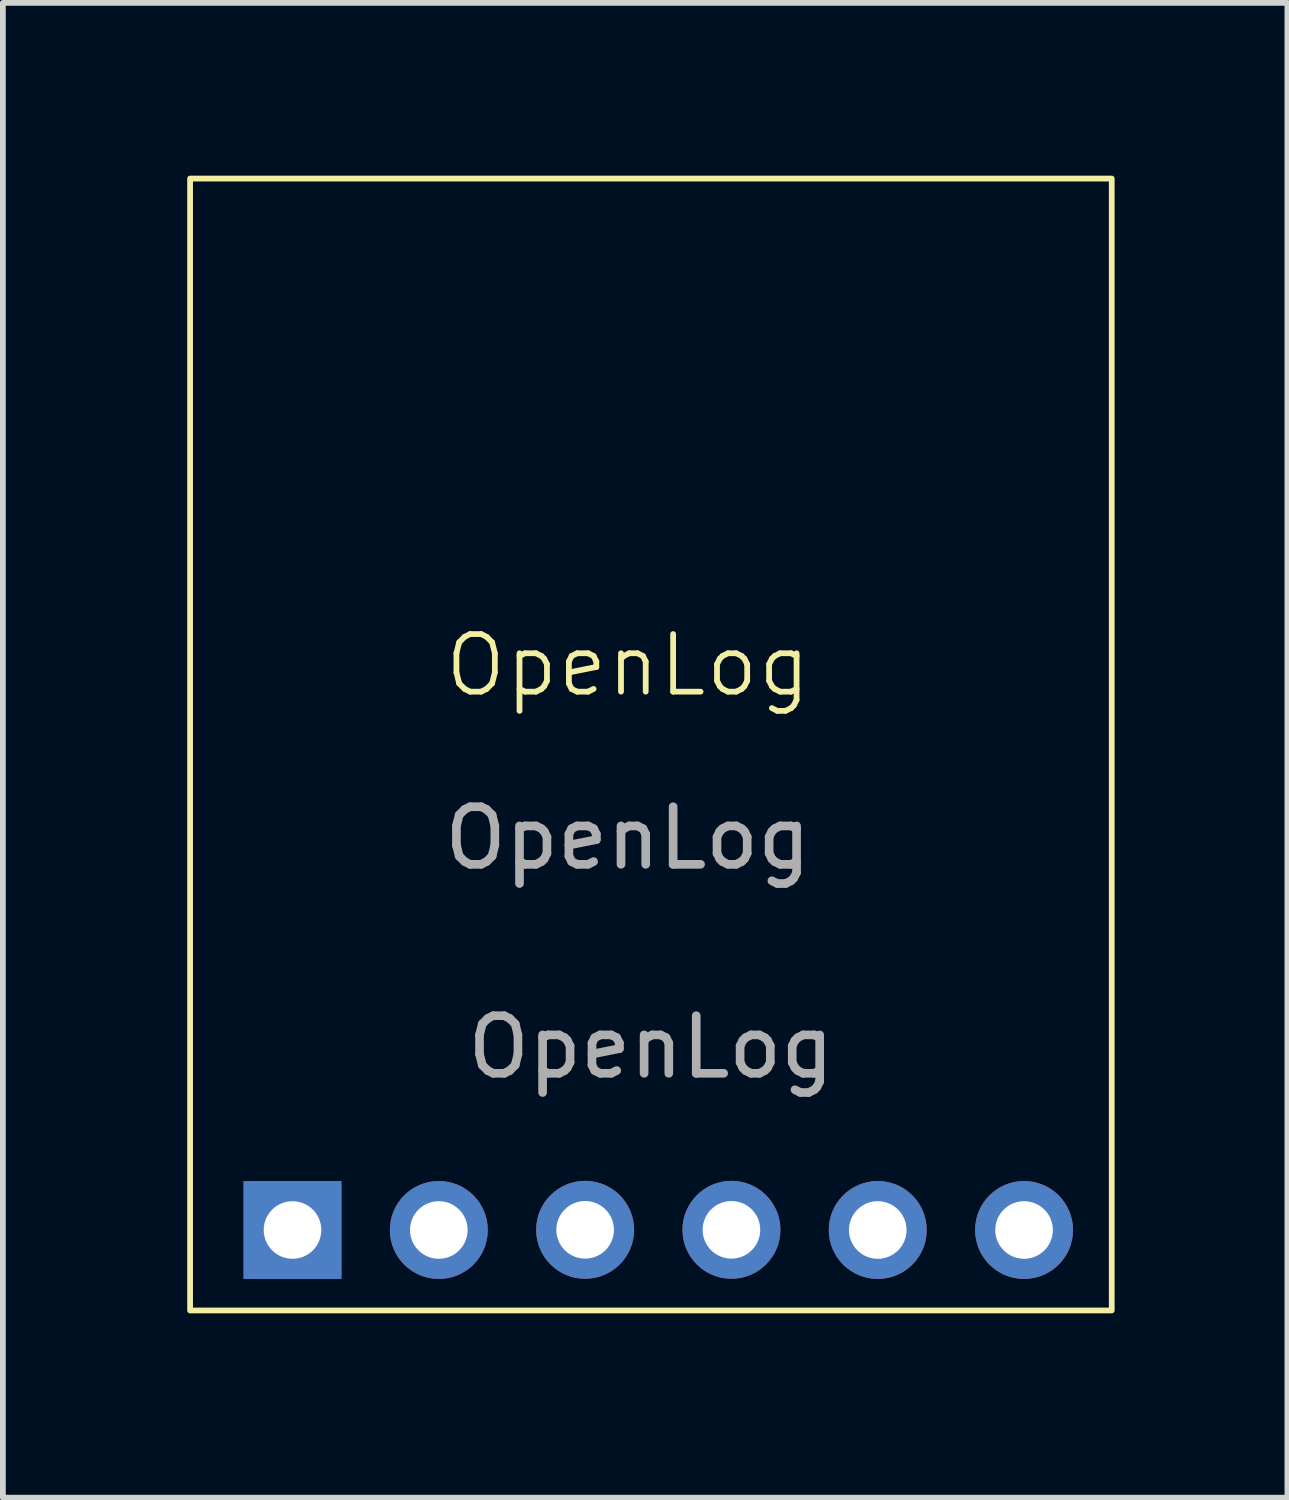
<source format=kicad_pcb>
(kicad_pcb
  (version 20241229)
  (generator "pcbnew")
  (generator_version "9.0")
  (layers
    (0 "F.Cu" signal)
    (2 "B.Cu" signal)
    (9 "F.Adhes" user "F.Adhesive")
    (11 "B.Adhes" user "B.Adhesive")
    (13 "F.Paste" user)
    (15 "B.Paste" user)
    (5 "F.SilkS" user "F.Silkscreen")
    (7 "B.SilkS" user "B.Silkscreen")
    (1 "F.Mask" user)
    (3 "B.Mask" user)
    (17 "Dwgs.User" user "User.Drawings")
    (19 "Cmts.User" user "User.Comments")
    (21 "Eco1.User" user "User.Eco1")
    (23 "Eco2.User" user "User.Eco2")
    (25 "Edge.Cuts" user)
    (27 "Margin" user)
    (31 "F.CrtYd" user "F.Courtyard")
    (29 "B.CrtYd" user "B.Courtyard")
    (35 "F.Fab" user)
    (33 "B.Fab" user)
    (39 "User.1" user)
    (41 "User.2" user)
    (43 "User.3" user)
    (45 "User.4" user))
  (footprint "OpenLog"
    (layer "F.Cu")
    (at 0.25 19.7)
    (property "Reference" "OpenLog" (at 7.6 -11.2 0) (unlocked yes) (layer "F.SilkS") (effects (font (size 1 1) (thickness 0.1))))
    (attr smd)
    (fp_rect (start 0 -19.65) (end 16 0) (stroke (width 0.1) (type solid)) (fill no) (layer "F.SilkS"))
    (fp_text user "${REFERENCE}" (at 7.6 -8.2 0) (unlocked yes) (layer "F.Fab") (effects (font (size 1 1) (thickness 0.15))))
    (fp_text user "${REFERENCE}" (at 8.001 -4.572 180) (layer "F.Fab") (effects (font (size 1 1) (thickness 0.15))))
    (pad "1" thru_hole rect (at 1.778 -1.397 90) (size 1.7 1.7) (drill 1) (layers "*.Cu" "*.Mask"))
    (pad "2" thru_hole circle (at 4.318 -1.397 90) (size 1.7 1.7) (drill 1) (layers "*.Cu" "*.Mask"))
    (pad "3" thru_hole circle (at 6.858 -1.4 90) (size 1.7 1.7) (drill 1) (layers "*.Cu" "*.Mask"))
    (pad "4" thru_hole circle (at 9.398 -1.4 90) (size 1.7 1.7) (drill 1) (layers "*.Cu" "*.Mask"))
    (pad "5" thru_hole circle (at 11.938 -1.397 90) (size 1.7 1.7) (drill 1) (layers "*.Cu" "*.Mask"))
    (pad "6" thru_hole circle (at 14.478 -1.397 90) (size 1.7 1.7) (drill 1) (layers "*.Cu" "*.Mask")))
  (gr_rect
    (start -3 -3)
    (end 19.3 22.95)
    (stroke (width 0.1) (type default))
    (fill no)
    (layer "Edge.Cuts")))
</source>
